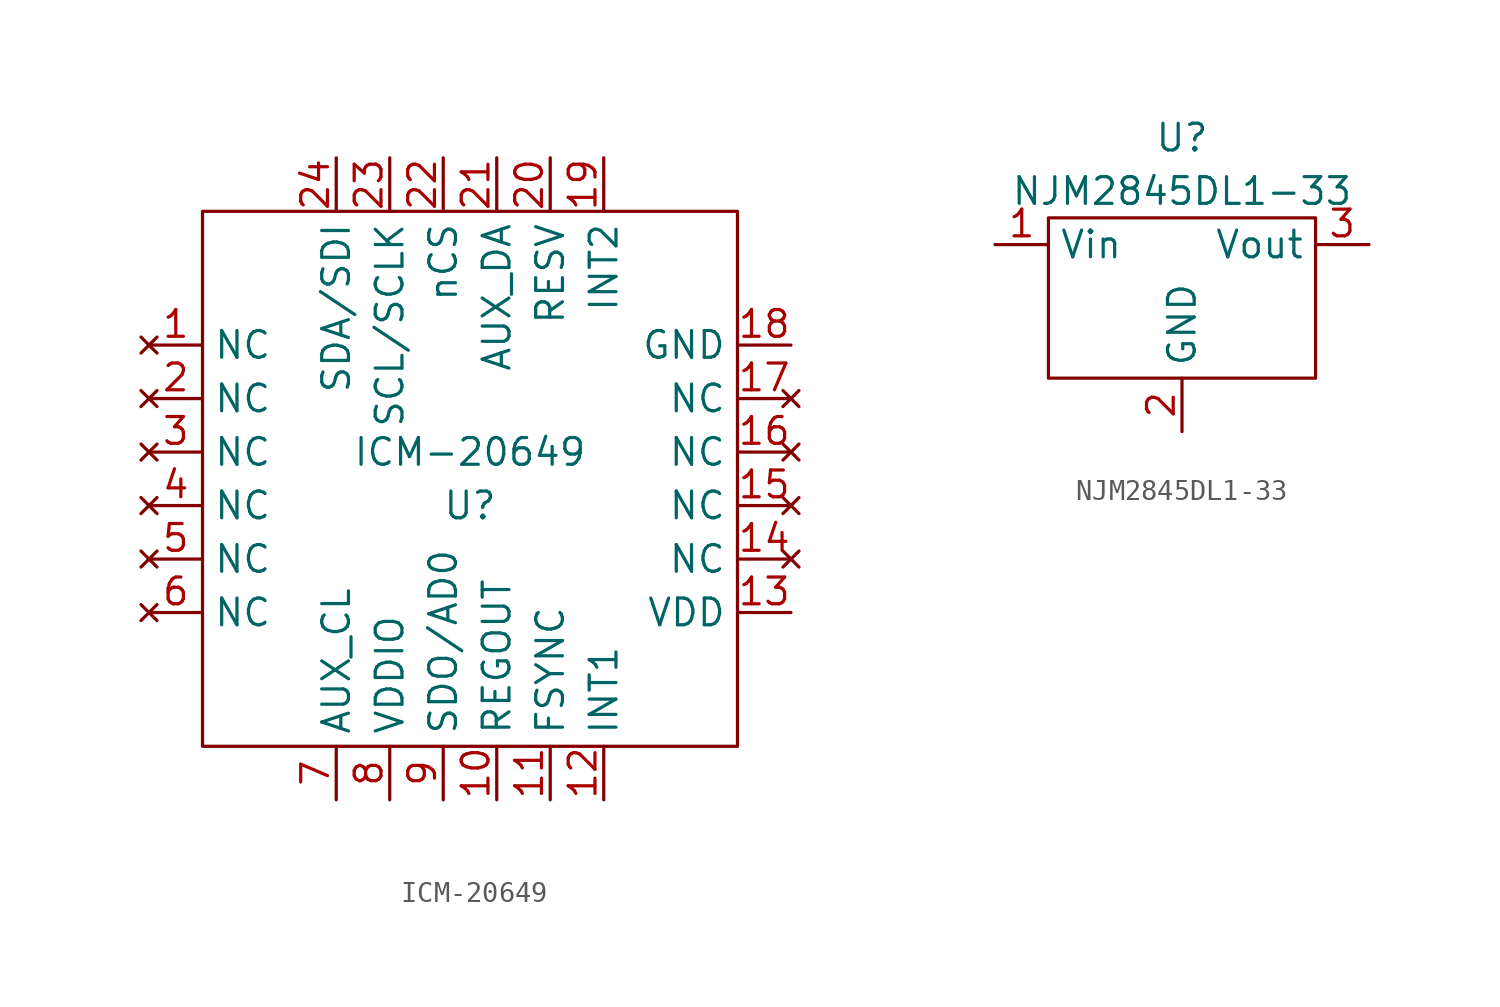
<source format=kicad_sym>
(kicad_symbol_lib
  (version 20211014)
  (generator kicad_symbol_editor)
  (symbol "ICM-20649"
    (property "Reference" "U"
      (at 0 -1.27 0)
      (effects (font (size 1.27 1.27))))
    (property "Value" "ICM-20649"
      (at 0 1.27 0)
      (effects (font (size 1.27 1.27))))
    (symbol "ICM-20649_0_1"
      (rectangle (start -12.7 12.7) (end 12.7 -12.7) (stroke (width 0) (type default) (color 0 0 0 0)) (fill (type none))))
    (symbol "ICM-20649_1_1"
      (pin no_connect line (at -15.24 6.35 0) (length 2.54) (name "NC" (effects (font (size 1.27 1.27)))) (number "1" (effects (font (size 1.27 1.27)))))
      (pin passive line (at 1.27 -15.24 90) (length 2.54) (name "REGOUT" (effects (font (size 1.27 1.27)))) (number "10" (effects (font (size 1.27 1.27)))))
      (pin passive line (at 3.81 -15.24 90) (length 2.54) (name "FSYNC" (effects (font (size 1.27 1.27)))) (number "11" (effects (font (size 1.27 1.27)))))
      (pin passive line (at 6.35 -15.24 90) (length 2.54) (name "INT1" (effects (font (size 1.27 1.27)))) (number "12" (effects (font (size 1.27 1.27)))))
      (pin power_in line (at 15.24 -6.35 180) (length 2.54) (name "VDD" (effects (font (size 1.27 1.27)))) (number "13" (effects (font (size 1.27 1.27)))))
      (pin no_connect line (at 15.24 -3.81 180) (length 2.54) (name "NC" (effects (font (size 1.27 1.27)))) (number "14" (effects (font (size 1.27 1.27)))))
      (pin no_connect line (at 15.24 -1.27 180) (length 2.54) (name "NC" (effects (font (size 1.27 1.27)))) (number "15" (effects (font (size 1.27 1.27)))))
      (pin no_connect line (at 15.24 1.27 180) (length 2.54) (name "NC" (effects (font (size 1.27 1.27)))) (number "16" (effects (font (size 1.27 1.27)))))
      (pin no_connect line (at 15.24 3.81 180) (length 2.54) (name "NC" (effects (font (size 1.27 1.27)))) (number "17" (effects (font (size 1.27 1.27)))))
      (pin power_in line (at 15.24 6.35 180) (length 2.54) (name "GND" (effects (font (size 1.27 1.27)))) (number "18" (effects (font (size 1.27 1.27)))))
      (pin passive line (at 6.35 15.24 270) (length 2.54) (name "INT2" (effects (font (size 1.27 1.27)))) (number "19" (effects (font (size 1.27 1.27)))))
      (pin no_connect line (at -15.24 3.81 0) (length 2.54) (name "NC" (effects (font (size 1.27 1.27)))) (number "2" (effects (font (size 1.27 1.27)))))
      (pin power_in line (at 3.81 15.24 270) (length 2.54) (name "RESV" (effects (font (size 1.27 1.27)))) (number "20" (effects (font (size 1.27 1.27)))))
      (pin passive line (at 1.27 15.24 270) (length 2.54) (name "AUX_DA" (effects (font (size 1.27 1.27)))) (number "21" (effects (font (size 1.27 1.27)))))
      (pin passive line (at -1.27 15.24 270) (length 2.54) (name "nCS" (effects (font (size 1.27 1.27)))) (number "22" (effects (font (size 1.27 1.27)))))
      (pin passive line (at -3.81 15.24 270) (length 2.54) (name "SCL/SCLK" (effects (font (size 1.27 1.27)))) (number "23" (effects (font (size 1.27 1.27)))))
      (pin passive line (at -6.35 15.24 270) (length 2.54) (name "SDA/SDI" (effects (font (size 1.27 1.27)))) (number "24" (effects (font (size 1.27 1.27)))))
      (pin no_connect line (at -15.24 1.27 0) (length 2.54) (name "NC" (effects (font (size 1.27 1.27)))) (number "3" (effects (font (size 1.27 1.27)))))
      (pin no_connect line (at -15.24 -1.27 0) (length 2.54) (name "NC" (effects (font (size 1.27 1.27)))) (number "4" (effects (font (size 1.27 1.27)))))
      (pin no_connect line (at -15.24 -3.81 0) (length 2.54) (name "NC" (effects (font (size 1.27 1.27)))) (number "5" (effects (font (size 1.27 1.27)))))
      (pin no_connect line (at -15.24 -6.35 0) (length 2.54) (name "NC" (effects (font (size 1.27 1.27)))) (number "6" (effects (font (size 1.27 1.27)))))
      (pin passive line (at -6.35 -15.24 90) (length 2.54) (name "AUX_CL" (effects (font (size 1.27 1.27)))) (number "7" (effects (font (size 1.27 1.27)))))
      (pin power_in line (at -3.81 -15.24 90) (length 2.54) (name "VDDIO" (effects (font (size 1.27 1.27)))) (number "8" (effects (font (size 1.27 1.27)))))
      (pin passive line (at -1.27 -15.24 90) (length 2.54) (name "SDO/AD0" (effects (font (size 1.27 1.27)))) (number "9" (effects (font (size 1.27 1.27)))))))
  (symbol "NJM2845DL1-33"
    (property "Reference" "U"
      (at 0 5.08 0)
      (effects (font (size 1.27 1.27))))
    (property "Value" "NJM2845DL1-33"
      (at 0 2.54 0)
      (effects (font (size 1.27 1.27))))
    (symbol "NJM2845DL1-33_0_1"
      (rectangle (start -6.35 1.27) (end 6.35 -6.35) (stroke (width 0) (type default) (color 0 0 0 0)) (fill (type none))))
    (symbol "NJM2845DL1-33_1_1"
      (pin power_in line (at -8.89 0 0) (length 2.54) (name "Vin" (effects (font (size 1.27 1.27)))) (number "1" (effects (font (size 1.27 1.27)))))
      (pin power_in line (at 0 -8.89 90) (length 2.54) (name "GND" (effects (font (size 1.27 1.27)))) (number "2" (effects (font (size 1.27 1.27)))))
      (pin power_out line (at 8.89 0 180) (length 2.54) (name "Vout" (effects (font (size 1.27 1.27)))) (number "3" (effects (font (size 1.27 1.27))))))))
</source>
